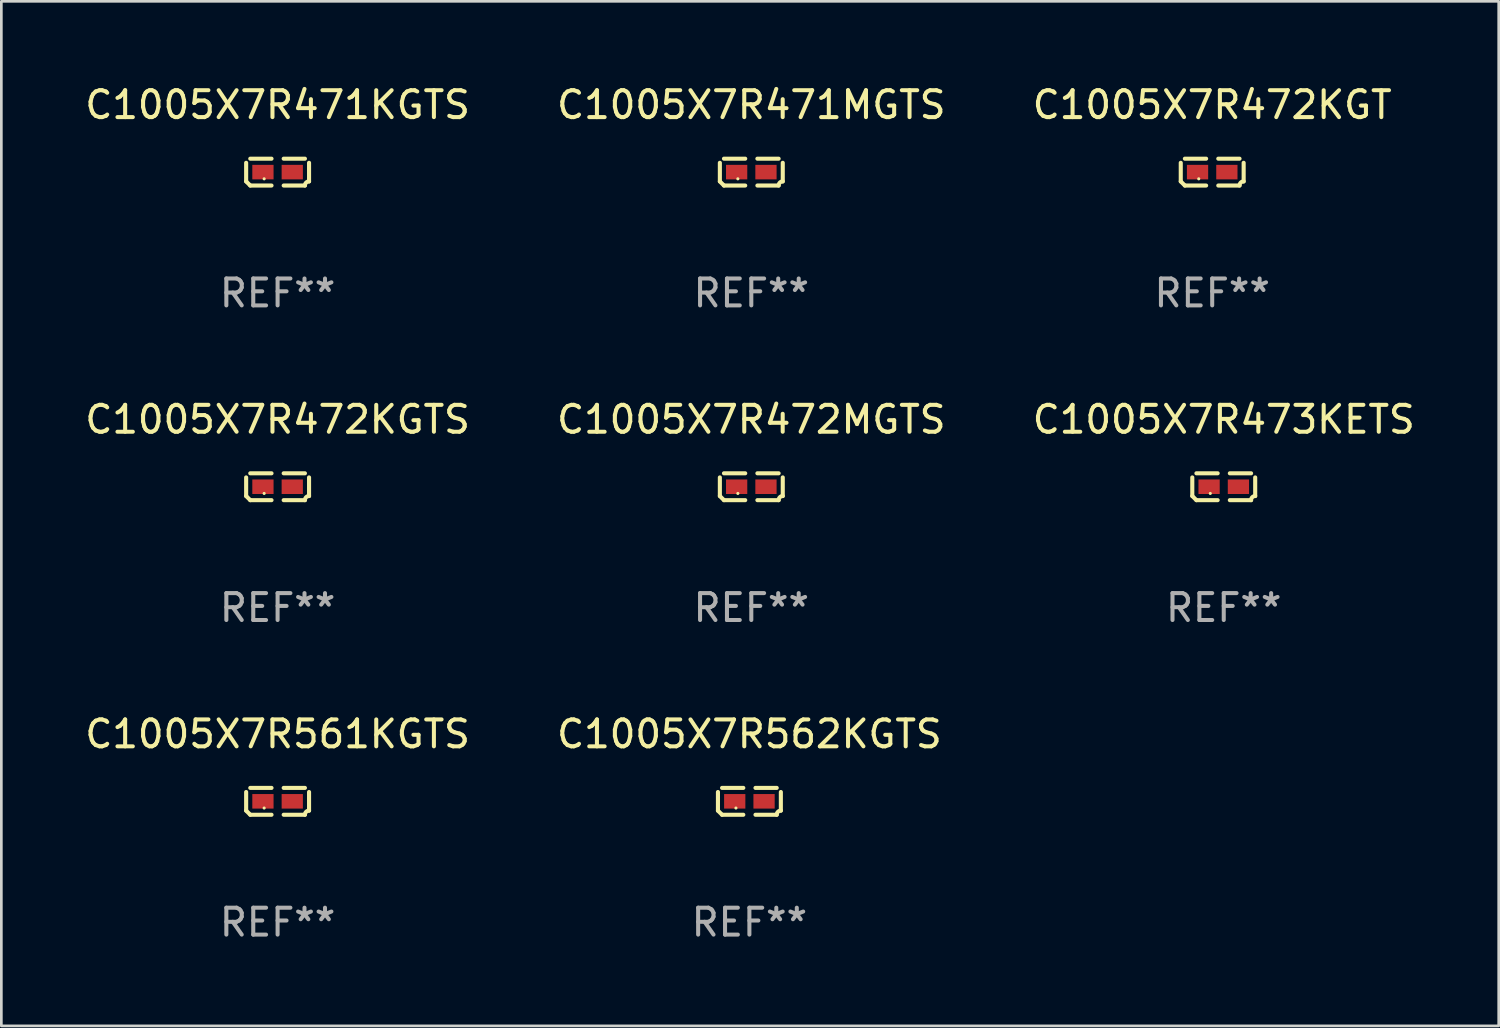
<source format=kicad_pcb>
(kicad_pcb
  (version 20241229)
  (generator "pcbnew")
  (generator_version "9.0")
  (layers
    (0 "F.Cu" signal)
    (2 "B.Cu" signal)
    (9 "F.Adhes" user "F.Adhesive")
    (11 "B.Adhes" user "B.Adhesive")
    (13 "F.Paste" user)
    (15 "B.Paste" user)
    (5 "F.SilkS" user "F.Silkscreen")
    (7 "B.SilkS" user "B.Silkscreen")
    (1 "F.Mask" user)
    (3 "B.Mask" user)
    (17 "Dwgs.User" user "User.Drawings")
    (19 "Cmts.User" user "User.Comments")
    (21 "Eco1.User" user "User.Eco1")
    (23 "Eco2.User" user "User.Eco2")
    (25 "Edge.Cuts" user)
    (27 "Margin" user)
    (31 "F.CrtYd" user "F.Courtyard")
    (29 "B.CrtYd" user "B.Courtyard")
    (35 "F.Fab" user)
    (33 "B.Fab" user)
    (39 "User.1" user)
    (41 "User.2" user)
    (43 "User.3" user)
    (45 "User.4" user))
  (footprint "C1005X7R472KGTS"
    (layer "F.Cu")
    (at 7.268 15.041)
    (property "Reference" "C1005X7R472KGTS" (at 0 -2.499 0) (layer "F.SilkS") (effects (font (size 1 1) (thickness 0.15))))
    (attr through_hole)
    (fp_line (start -1.169 0.346) (end -1.169 -0.346) (stroke (width 0.152) (type solid)) (layer "F.SilkS"))
    (fp_line (start -1.016 -0.499) (end -0.226 -0.499) (stroke (width 0.152) (type solid)) (layer "F.SilkS"))
    (fp_line (start -0.226 0.499) (end -1.016 0.499) (stroke (width 0.152) (type solid)) (layer "F.SilkS"))
    (fp_line (start 0.226 0.499) (end 1.016 0.499) (stroke (width 0.152) (type solid)) (layer "F.SilkS"))
    (fp_line (start 1.016 -0.499) (end 0.226 -0.499) (stroke (width 0.152) (type solid)) (layer "F.SilkS"))
    (fp_line (start 1.169 0.346) (end 1.169 -0.346) (stroke (width 0.152) (type solid)) (layer "F.SilkS"))
    (fp_arc (start -1.016307 0.498603) (mid -1.092512 0.422405) (end -1.16871 0.3462) (stroke (width 0.1524) (type solid)) (layer "F.SilkS"))
    (fp_arc (start 1.016307 0.498603) (mid 1.060899 0.390758) (end 1.168707 0.346076) (stroke (width 0.1524) (type solid)) (layer "F.SilkS"))
    (fp_circle (center -0.5 0.25) (end -0.47 0.25) (stroke (width 0.06) (type solid)) (fill no) (layer "F.SilkS"))
    (fp_text user "REF**" (at 0 4.499 0) (layer "F.Fab") (effects (font (size 1 1) (thickness 0.15))))
    (pad "1" smd rect (at -0.545 0) (size 0.79 0.54) (layers "F.Cu" "F.Mask" "F.Paste"))
    (pad "2" smd rect (at 0.545 0) (size 0.79 0.54) (layers "F.Cu" "F.Mask" "F.Paste")))
  (footprint "C1005X7R562KGTS"
    (layer "F.Cu")
    (at 24.804 26.734)
    (property "Reference" "C1005X7R562KGTS" (at 0 -2.499 0) (layer "F.SilkS") (effects (font (size 1 1) (thickness 0.15))))
    (attr through_hole)
    (fp_line (start -1.169 0.346) (end -1.169 -0.346) (stroke (width 0.152) (type solid)) (layer "F.SilkS"))
    (fp_line (start -1.016 -0.499) (end -0.226 -0.499) (stroke (width 0.152) (type solid)) (layer "F.SilkS"))
    (fp_line (start -0.226 0.499) (end -1.016 0.499) (stroke (width 0.152) (type solid)) (layer "F.SilkS"))
    (fp_line (start 0.226 0.499) (end 1.016 0.499) (stroke (width 0.152) (type solid)) (layer "F.SilkS"))
    (fp_line (start 1.016 -0.499) (end 0.226 -0.499) (stroke (width 0.152) (type solid)) (layer "F.SilkS"))
    (fp_line (start 1.169 0.346) (end 1.169 -0.346) (stroke (width 0.152) (type solid)) (layer "F.SilkS"))
    (fp_arc (start -1.016307 0.498603) (mid -1.092512 0.422405) (end -1.16871 0.3462) (stroke (width 0.1524) (type solid)) (layer "F.SilkS"))
    (fp_arc (start 1.016307 0.498603) (mid 1.060899 0.390758) (end 1.168707 0.346076) (stroke (width 0.1524) (type solid)) (layer "F.SilkS"))
    (fp_circle (center -0.5 0.25) (end -0.47 0.25) (stroke (width 0.06) (type solid)) (fill no) (layer "F.SilkS"))
    (fp_text user "REF**" (at 0 4.499 0) (layer "F.Fab") (effects (font (size 1 1) (thickness 0.15))))
    (pad "1" smd rect (at -0.545 0) (size 0.79 0.54) (layers "F.Cu" "F.Mask" "F.Paste"))
    (pad "2" smd rect (at 0.545 0) (size 0.79 0.54) (layers "F.Cu" "F.Mask" "F.Paste")))
  (footprint "C1005X7R471MGTS"
    (layer "F.Cu")
    (at 24.875 3.347)
    (property "Reference" "C1005X7R471MGTS" (at 0 -2.499 0) (layer "F.SilkS") (effects (font (size 1 1) (thickness 0.15))))
    (attr through_hole)
    (fp_line (start -1.169 0.346) (end -1.169 -0.346) (stroke (width 0.152) (type solid)) (layer "F.SilkS"))
    (fp_line (start -1.016 -0.499) (end -0.226 -0.499) (stroke (width 0.152) (type solid)) (layer "F.SilkS"))
    (fp_line (start -0.226 0.499) (end -1.016 0.499) (stroke (width 0.152) (type solid)) (layer "F.SilkS"))
    (fp_line (start 0.226 0.499) (end 1.016 0.499) (stroke (width 0.152) (type solid)) (layer "F.SilkS"))
    (fp_line (start 1.016 -0.499) (end 0.226 -0.499) (stroke (width 0.152) (type solid)) (layer "F.SilkS"))
    (fp_line (start 1.169 0.346) (end 1.169 -0.346) (stroke (width 0.152) (type solid)) (layer "F.SilkS"))
    (fp_arc (start -1.016307 0.498603) (mid -1.092512 0.422405) (end -1.16871 0.3462) (stroke (width 0.1524) (type solid)) (layer "F.SilkS"))
    (fp_arc (start 1.016307 0.498603) (mid 1.060899 0.390758) (end 1.168707 0.346076) (stroke (width 0.1524) (type solid)) (layer "F.SilkS"))
    (fp_circle (center -0.5 0.25) (end -0.47 0.25) (stroke (width 0.06) (type solid)) (fill no) (layer "F.SilkS"))
    (fp_text user "REF**" (at 0 4.499 0) (layer "F.Fab") (effects (font (size 1 1) (thickness 0.15))))
    (pad "1" smd rect (at -0.545 0) (size 0.79 0.54) (layers "F.Cu" "F.Mask" "F.Paste"))
    (pad "2" smd rect (at 0.545 0) (size 0.79 0.54) (layers "F.Cu" "F.Mask" "F.Paste")))
  (footprint "C1005X7R472MGTS"
    (layer "F.Cu")
    (at 24.875 15.041)
    (property "Reference" "C1005X7R472MGTS" (at 0 -2.499 0) (layer "F.SilkS") (effects (font (size 1 1) (thickness 0.15))))
    (attr through_hole)
    (fp_line (start -1.169 0.346) (end -1.169 -0.346) (stroke (width 0.152) (type solid)) (layer "F.SilkS"))
    (fp_line (start -1.016 -0.499) (end -0.226 -0.499) (stroke (width 0.152) (type solid)) (layer "F.SilkS"))
    (fp_line (start -0.226 0.499) (end -1.016 0.499) (stroke (width 0.152) (type solid)) (layer "F.SilkS"))
    (fp_line (start 0.226 0.499) (end 1.016 0.499) (stroke (width 0.152) (type solid)) (layer "F.SilkS"))
    (fp_line (start 1.016 -0.499) (end 0.226 -0.499) (stroke (width 0.152) (type solid)) (layer "F.SilkS"))
    (fp_line (start 1.169 0.346) (end 1.169 -0.346) (stroke (width 0.152) (type solid)) (layer "F.SilkS"))
    (fp_arc (start -1.016307 0.498603) (mid -1.092512 0.422405) (end -1.16871 0.3462) (stroke (width 0.1524) (type solid)) (layer "F.SilkS"))
    (fp_arc (start 1.016307 0.498603) (mid 1.060899 0.390758) (end 1.168707 0.346076) (stroke (width 0.1524) (type solid)) (layer "F.SilkS"))
    (fp_circle (center -0.5 0.25) (end -0.47 0.25) (stroke (width 0.06) (type solid)) (fill no) (layer "F.SilkS"))
    (fp_text user "REF**" (at 0 4.499 0) (layer "F.Fab") (effects (font (size 1 1) (thickness 0.15))))
    (pad "1" smd rect (at -0.545 0) (size 0.79 0.54) (layers "F.Cu" "F.Mask" "F.Paste"))
    (pad "2" smd rect (at 0.545 0) (size 0.79 0.54) (layers "F.Cu" "F.Mask" "F.Paste")))
  (footprint "C1005X7R473KETS"
    (layer "F.Cu")
    (at 42.435 15.041)
    (property "Reference" "C1005X7R473KETS" (at 0 -2.499 0) (layer "F.SilkS") (effects (font (size 1 1) (thickness 0.15))))
    (attr through_hole)
    (fp_line (start -1.169 0.346) (end -1.169 -0.346) (stroke (width 0.152) (type solid)) (layer "F.SilkS"))
    (fp_line (start -1.016 -0.499) (end -0.226 -0.499) (stroke (width 0.152) (type solid)) (layer "F.SilkS"))
    (fp_line (start -0.226 0.499) (end -1.016 0.499) (stroke (width 0.152) (type solid)) (layer "F.SilkS"))
    (fp_line (start 0.226 0.499) (end 1.016 0.499) (stroke (width 0.152) (type solid)) (layer "F.SilkS"))
    (fp_line (start 1.016 -0.499) (end 0.226 -0.499) (stroke (width 0.152) (type solid)) (layer "F.SilkS"))
    (fp_line (start 1.169 0.346) (end 1.169 -0.346) (stroke (width 0.152) (type solid)) (layer "F.SilkS"))
    (fp_arc (start -1.016307 0.498603) (mid -1.092512 0.422405) (end -1.16871 0.3462) (stroke (width 0.1524) (type solid)) (layer "F.SilkS"))
    (fp_arc (start 1.016307 0.498603) (mid 1.060899 0.390758) (end 1.168707 0.346076) (stroke (width 0.1524) (type solid)) (layer "F.SilkS"))
    (fp_circle (center -0.5 0.25) (end -0.47 0.25) (stroke (width 0.06) (type solid)) (fill no) (layer "F.SilkS"))
    (fp_text user "REF**" (at 0 4.499 0) (layer "F.Fab") (effects (font (size 1 1) (thickness 0.15))))
    (pad "1" smd rect (at -0.545 0) (size 0.79 0.54) (layers "F.Cu" "F.Mask" "F.Paste"))
    (pad "2" smd rect (at 0.545 0) (size 0.79 0.54) (layers "F.Cu" "F.Mask" "F.Paste")))
  (footprint "C1005X7R472KGT"
    (layer "F.Cu")
    (at 42.006 3.347)
    (property "Reference" "C1005X7R472KGT" (at 0 -2.499 0) (layer "F.SilkS") (effects (font (size 1 1) (thickness 0.15))))
    (attr through_hole)
    (fp_line (start -1.169 0.346) (end -1.169 -0.346) (stroke (width 0.152) (type solid)) (layer "F.SilkS"))
    (fp_line (start -1.016 -0.499) (end -0.226 -0.499) (stroke (width 0.152) (type solid)) (layer "F.SilkS"))
    (fp_line (start -0.226 0.499) (end -1.016 0.499) (stroke (width 0.152) (type solid)) (layer "F.SilkS"))
    (fp_line (start 0.226 0.499) (end 1.016 0.499) (stroke (width 0.152) (type solid)) (layer "F.SilkS"))
    (fp_line (start 1.016 -0.499) (end 0.226 -0.499) (stroke (width 0.152) (type solid)) (layer "F.SilkS"))
    (fp_line (start 1.169 0.346) (end 1.169 -0.346) (stroke (width 0.152) (type solid)) (layer "F.SilkS"))
    (fp_arc (start -1.016307 0.498603) (mid -1.092512 0.422405) (end -1.16871 0.3462) (stroke (width 0.1524) (type solid)) (layer "F.SilkS"))
    (fp_arc (start 1.016307 0.498603) (mid 1.060899 0.390758) (end 1.168707 0.346076) (stroke (width 0.1524) (type solid)) (layer "F.SilkS"))
    (fp_circle (center -0.5 0.25) (end -0.47 0.25) (stroke (width 0.06) (type solid)) (fill no) (layer "F.SilkS"))
    (fp_text user "REF**" (at 0 4.499 0) (layer "F.Fab") (effects (font (size 1 1) (thickness 0.15))))
    (pad "1" smd rect (at -0.545 0) (size 0.79 0.54) (layers "F.Cu" "F.Mask" "F.Paste"))
    (pad "2" smd rect (at 0.545 0) (size 0.79 0.54) (layers "F.Cu" "F.Mask" "F.Paste")))
  (footprint "C1005X7R561KGTS"
    (layer "F.Cu")
    (at 7.268 26.734)
    (property "Reference" "C1005X7R561KGTS" (at 0 -2.499 0) (layer "F.SilkS") (effects (font (size 1 1) (thickness 0.15))))
    (attr through_hole)
    (fp_line (start -1.169 0.346) (end -1.169 -0.346) (stroke (width 0.152) (type solid)) (layer "F.SilkS"))
    (fp_line (start -1.016 -0.499) (end -0.226 -0.499) (stroke (width 0.152) (type solid)) (layer "F.SilkS"))
    (fp_line (start -0.226 0.499) (end -1.016 0.499) (stroke (width 0.152) (type solid)) (layer "F.SilkS"))
    (fp_line (start 0.226 0.499) (end 1.016 0.499) (stroke (width 0.152) (type solid)) (layer "F.SilkS"))
    (fp_line (start 1.016 -0.499) (end 0.226 -0.499) (stroke (width 0.152) (type solid)) (layer "F.SilkS"))
    (fp_line (start 1.169 0.346) (end 1.169 -0.346) (stroke (width 0.152) (type solid)) (layer "F.SilkS"))
    (fp_arc (start -1.016307 0.498603) (mid -1.092512 0.422405) (end -1.16871 0.3462) (stroke (width 0.1524) (type solid)) (layer "F.SilkS"))
    (fp_arc (start 1.016307 0.498603) (mid 1.060899 0.390758) (end 1.168707 0.346076) (stroke (width 0.1524) (type solid)) (layer "F.SilkS"))
    (fp_circle (center -0.5 0.25) (end -0.47 0.25) (stroke (width 0.06) (type solid)) (fill no) (layer "F.SilkS"))
    (fp_text user "REF**" (at 0 4.499 0) (layer "F.Fab") (effects (font (size 1 1) (thickness 0.15))))
    (pad "1" smd rect (at -0.545 0) (size 0.79 0.54) (layers "F.Cu" "F.Mask" "F.Paste"))
    (pad "2" smd rect (at 0.545 0) (size 0.79 0.54) (layers "F.Cu" "F.Mask" "F.Paste")))
  (footprint "C1005X7R471KGTS"
    (layer "F.Cu")
    (at 7.268 3.347)
    (property "Reference" "C1005X7R471KGTS" (at 0 -2.499 0) (layer "F.SilkS") (effects (font (size 1 1) (thickness 0.15))))
    (attr through_hole)
    (fp_line (start -1.169 0.346) (end -1.169 -0.346) (stroke (width 0.152) (type solid)) (layer "F.SilkS"))
    (fp_line (start -1.016 -0.499) (end -0.226 -0.499) (stroke (width 0.152) (type solid)) (layer "F.SilkS"))
    (fp_line (start -0.226 0.499) (end -1.016 0.499) (stroke (width 0.152) (type solid)) (layer "F.SilkS"))
    (fp_line (start 0.226 0.499) (end 1.016 0.499) (stroke (width 0.152) (type solid)) (layer "F.SilkS"))
    (fp_line (start 1.016 -0.499) (end 0.226 -0.499) (stroke (width 0.152) (type solid)) (layer "F.SilkS"))
    (fp_line (start 1.169 0.346) (end 1.169 -0.346) (stroke (width 0.152) (type solid)) (layer "F.SilkS"))
    (fp_arc (start -1.016307 0.498603) (mid -1.092512 0.422405) (end -1.16871 0.3462) (stroke (width 0.1524) (type solid)) (layer "F.SilkS"))
    (fp_arc (start 1.016307 0.498603) (mid 1.060899 0.390758) (end 1.168707 0.346076) (stroke (width 0.1524) (type solid)) (layer "F.SilkS"))
    (fp_circle (center -0.5 0.25) (end -0.47 0.25) (stroke (width 0.06) (type solid)) (fill no) (layer "F.SilkS"))
    (fp_text user "REF**" (at 0 4.499 0) (layer "F.Fab") (effects (font (size 1 1) (thickness 0.15))))
    (pad "1" smd rect (at -0.545 0) (size 0.79 0.54) (layers "F.Cu" "F.Mask" "F.Paste"))
    (pad "2" smd rect (at 0.545 0) (size 0.79 0.54) (layers "F.Cu" "F.Mask" "F.Paste")))
  (gr_rect
    (start -3 -3)
    (end 52.655 35.081)
    (stroke (width 0.1) (type default))
    (fill no)
    (layer "Edge.Cuts")))
</source>
